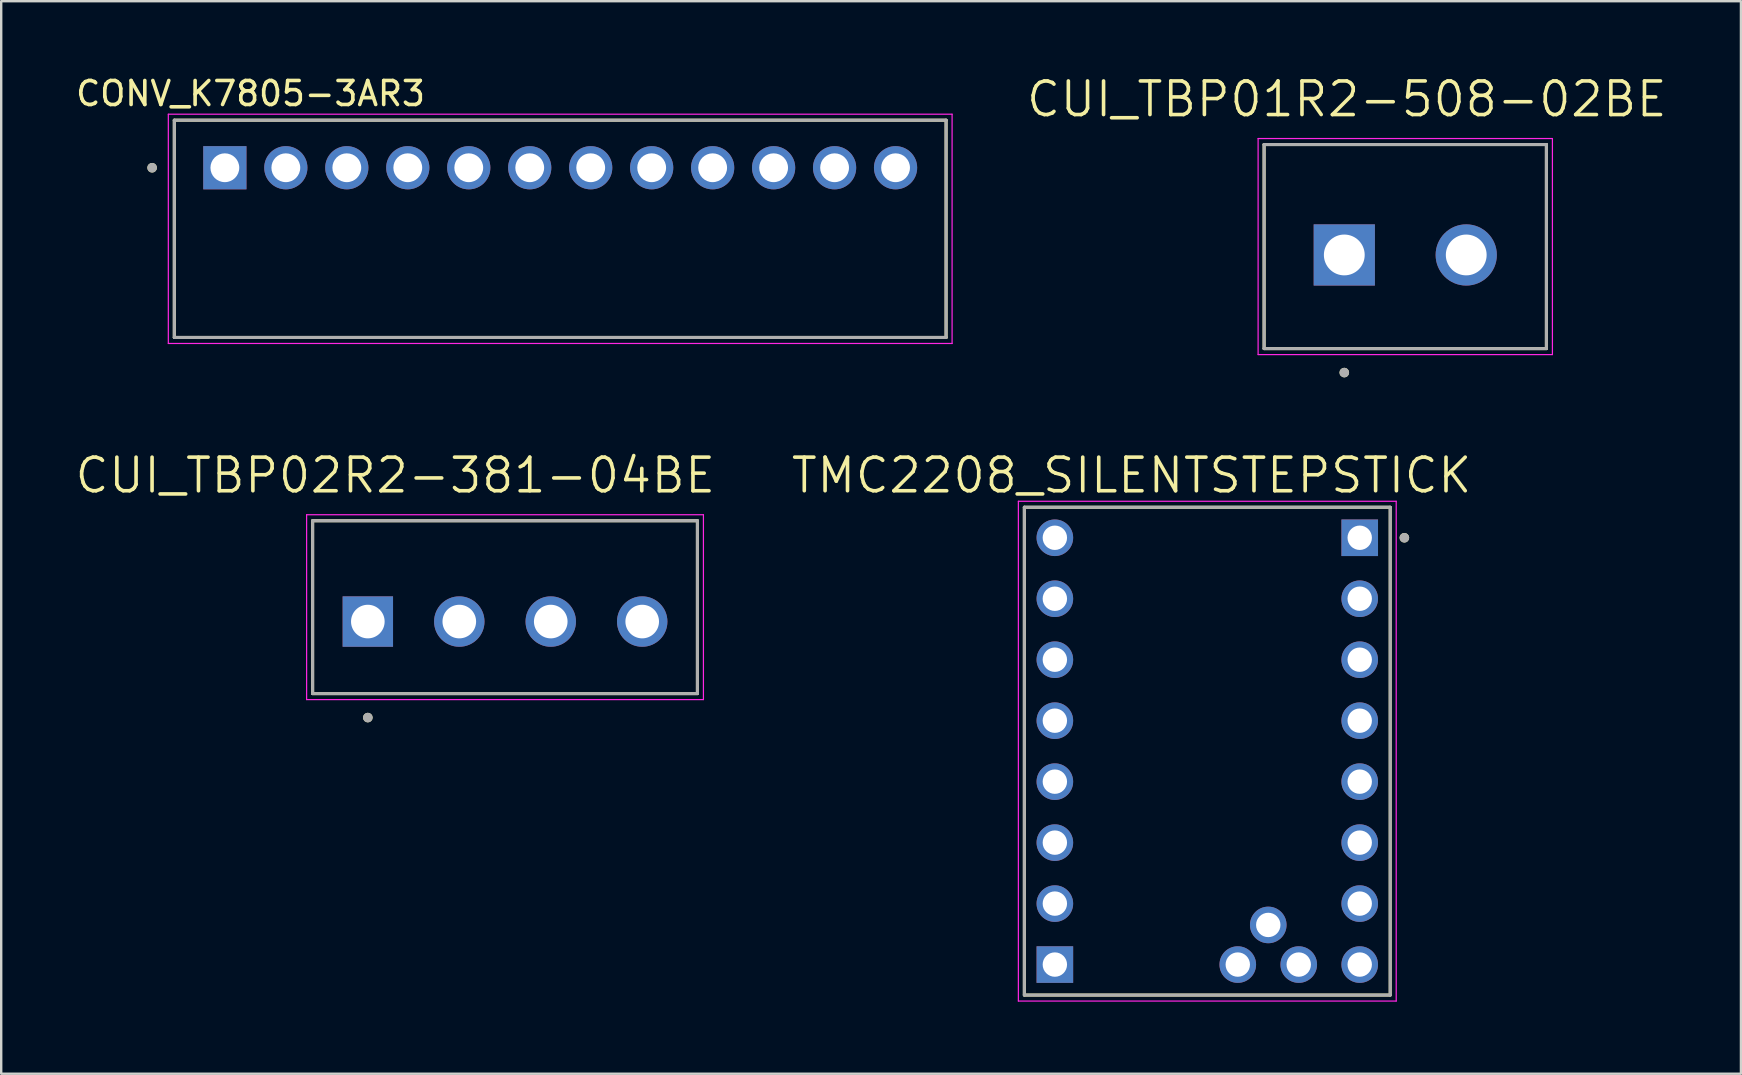
<source format=kicad_pcb>
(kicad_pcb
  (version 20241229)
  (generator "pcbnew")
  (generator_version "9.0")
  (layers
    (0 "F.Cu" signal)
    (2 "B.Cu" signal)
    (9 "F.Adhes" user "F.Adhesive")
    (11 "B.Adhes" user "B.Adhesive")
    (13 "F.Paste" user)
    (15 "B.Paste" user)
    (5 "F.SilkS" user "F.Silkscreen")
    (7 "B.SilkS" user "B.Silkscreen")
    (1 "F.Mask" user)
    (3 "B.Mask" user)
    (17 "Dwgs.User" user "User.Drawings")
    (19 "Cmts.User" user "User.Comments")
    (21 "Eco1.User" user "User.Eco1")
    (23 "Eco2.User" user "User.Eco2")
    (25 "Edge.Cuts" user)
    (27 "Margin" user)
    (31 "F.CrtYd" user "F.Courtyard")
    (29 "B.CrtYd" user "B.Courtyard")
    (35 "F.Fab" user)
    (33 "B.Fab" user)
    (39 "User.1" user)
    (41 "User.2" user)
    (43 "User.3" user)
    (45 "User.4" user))
  (footprint "CUI_TBP01R2-508-02BE"
    (layer "F.Cu")
    (at 52.95 7.571)
    (property "Reference" "CUI_TBP01R2-508-02BE" (at 0.105 -6.489 0) (layer "F.SilkS") (effects (font (size 1.4 1.4) (thickness 0.15))))
    (attr through_hole)
    (fp_line (start -3.34 -4.6) (end 8.42 -4.6) (stroke (width 0.127) (type solid)) (layer "F.SilkS"))
    (fp_line (start -3.34 3.9) (end -3.34 -4.6) (stroke (width 0.127) (type solid)) (layer "F.SilkS"))
    (fp_line (start 8.42 -4.6) (end 8.42 3.9) (stroke (width 0.127) (type solid)) (layer "F.SilkS"))
    (fp_line (start 8.42 3.9) (end -3.34 3.9) (stroke (width 0.127) (type solid)) (layer "F.SilkS"))
    (fp_circle (center 0 4.9) (end 0.1 4.9) (stroke (width 0.2) (type solid)) (fill no) (layer "F.SilkS"))
    (fp_line (start -3.59 -4.85) (end 8.67 -4.85) (stroke (width 0.05) (type solid)) (layer "F.CrtYd"))
    (fp_line (start -3.59 4.15) (end -3.59 -4.85) (stroke (width 0.05) (type solid)) (layer "F.CrtYd"))
    (fp_line (start 8.67 -4.85) (end 8.67 4.15) (stroke (width 0.05) (type solid)) (layer "F.CrtYd"))
    (fp_line (start 8.67 4.15) (end -3.59 4.15) (stroke (width 0.05) (type solid)) (layer "F.CrtYd"))
    (fp_line (start -3.34 -4.6) (end 8.42 -4.6) (stroke (width 0.127) (type solid)) (layer "F.Fab"))
    (fp_line (start -3.34 3.9) (end -3.34 -4.6) (stroke (width 0.127) (type solid)) (layer "F.Fab"))
    (fp_line (start 8.42 -4.6) (end 8.42 3.9) (stroke (width 0.127) (type solid)) (layer "F.Fab"))
    (fp_line (start 8.42 3.9) (end -3.34 3.9) (stroke (width 0.127) (type solid)) (layer "F.Fab"))
    (fp_circle (center 0 4.9) (end 0.1 4.9) (stroke (width 0.2) (type solid)) (fill no) (layer "F.Fab"))
    (pad "1" thru_hole rect (at 0 0) (size 2.55 2.55) (drill 1.7) (layers "*.Cu" "*.Mask"))
    (pad "2" thru_hole circle (at 5.08 0) (size 2.55 2.55) (drill 1.7) (layers "*.Cu" "*.Mask")))
  (footprint "TMC2208_SILENTSTEPSTICK"
    (layer "F.Cu")
    (at 47.243 28.242)
    (property "Reference" "TMC2208_SILENTSTEPSTICK" (at -3.155 -11.489 0) (layer "F.SilkS") (effects (font (size 1.4 1.4) (thickness 0.15))))
    (attr through_hole)
    (fp_line (start -7.62 -10.16) (end -7.62 10.16) (stroke (width 0.127) (type solid)) (layer "F.SilkS"))
    (fp_line (start -7.62 10.16) (end 7.62 10.16) (stroke (width 0.127) (type solid)) (layer "F.SilkS"))
    (fp_line (start 7.62 -10.16) (end -7.62 -10.16) (stroke (width 0.127) (type solid)) (layer "F.SilkS"))
    (fp_line (start 7.62 10.16) (end 7.62 -10.16) (stroke (width 0.127) (type solid)) (layer "F.SilkS"))
    (fp_circle (center 8.21 -8.89) (end 8.31 -8.89) (stroke (width 0.2) (type solid)) (fill no) (layer "F.SilkS"))
    (fp_line (start -7.87 -10.41) (end -7.87 10.41) (stroke (width 0.05) (type solid)) (layer "F.CrtYd"))
    (fp_line (start -7.87 -10.41) (end 7.87 -10.41) (stroke (width 0.05) (type solid)) (layer "F.CrtYd"))
    (fp_line (start -7.87 10.41) (end 7.87 10.41) (stroke (width 0.05) (type solid)) (layer "F.CrtYd"))
    (fp_line (start 7.87 -10.41) (end 7.87 10.41) (stroke (width 0.05) (type solid)) (layer "F.CrtYd"))
    (fp_line (start -7.62 -10.16) (end -7.62 10.16) (stroke (width 0.127) (type solid)) (layer "F.Fab"))
    (fp_line (start -7.62 10.16) (end 7.62 10.16) (stroke (width 0.127) (type solid)) (layer "F.Fab"))
    (fp_line (start 7.62 -10.16) (end -7.62 -10.16) (stroke (width 0.127) (type solid)) (layer "F.Fab"))
    (fp_line (start 7.62 10.16) (end 7.62 -10.16) (stroke (width 0.127) (type solid)) (layer "F.Fab"))
    (fp_circle (center 8.21 -8.89) (end 8.31 -8.89) (stroke (width 0.2) (type solid)) (fill no) (layer "F.Fab"))
    (pad "JP1_1" thru_hole rect (at 6.35 -8.89) (size 1.524 1.524) (drill 1.016) (layers "*.Cu" "*.Mask"))
    (pad "JP1_2" thru_hole circle (at 6.35 -6.35) (size 1.524 1.524) (drill 1.016) (layers "*.Cu" "*.Mask"))
    (pad "JP1_3" thru_hole circle (at 6.35 -3.81) (size 1.524 1.524) (drill 1.016) (layers "*.Cu" "*.Mask"))
    (pad "JP1_4" thru_hole circle (at 6.35 -1.27) (size 1.524 1.524) (drill 1.016) (layers "*.Cu" "*.Mask"))
    (pad "JP1_5" thru_hole circle (at 6.35 1.27) (size 1.524 1.524) (drill 1.016) (layers "*.Cu" "*.Mask"))
    (pad "JP1_6" thru_hole circle (at 6.35 3.81) (size 1.524 1.524) (drill 1.016) (layers "*.Cu" "*.Mask"))
    (pad "JP1_7" thru_hole circle (at 6.35 6.35) (size 1.524 1.524) (drill 1.016) (layers "*.Cu" "*.Mask"))
    (pad "JP1_8" thru_hole circle (at 6.35 8.89) (size 1.524 1.524) (drill 1.016) (layers "*.Cu" "*.Mask"))
    (pad "JP2_1" thru_hole rect (at -6.35 8.89) (size 1.524 1.524) (drill 1.016) (layers "*.Cu" "*.Mask"))
    (pad "JP2_2" thru_hole circle (at -6.35 6.35) (size 1.524 1.524) (drill 1.016) (layers "*.Cu" "*.Mask"))
    (pad "JP2_3" thru_hole circle (at -6.35 3.81) (size 1.524 1.524) (drill 1.016) (layers "*.Cu" "*.Mask"))
    (pad "JP2_4" thru_hole circle (at -6.35 1.27) (size 1.524 1.524) (drill 1.016) (layers "*.Cu" "*.Mask"))
    (pad "JP2_5" thru_hole circle (at -6.35 -1.27) (size 1.524 1.524) (drill 1.016) (layers "*.Cu" "*.Mask"))
    (pad "JP2_6" thru_hole circle (at -6.35 -3.81) (size 1.524 1.524) (drill 1.016) (layers "*.Cu" "*.Mask"))
    (pad "JP2_7" thru_hole circle (at -6.35 -6.35) (size 1.524 1.524) (drill 1.016) (layers "*.Cu" "*.Mask"))
    (pad "JP2_8" thru_hole circle (at -6.35 -8.89) (size 1.524 1.524) (drill 1.016) (layers "*.Cu" "*.Mask"))
    (pad "JP3_1" thru_hole circle (at 1.27 8.89) (size 1.524 1.524) (drill 1.016) (layers "*.Cu" "*.Mask"))
    (pad "JP3_2" thru_hole circle (at 3.81 8.89) (size 1.524 1.524) (drill 1.016) (layers "*.Cu" "*.Mask"))
    (pad "VREF" thru_hole circle (at 2.54 7.239) (size 1.524 1.524) (drill 1.016) (layers "*.Cu" "*.Mask")))
  (footprint "CONV_K7805-3AR3"
    (layer "F.Cu")
    (at 20.287 6.483)
    (property "Reference" "CONV_K7805-3AR3" (at -12.9 -5.635 0) (layer "F.SilkS") (effects (font (size 1 1) (thickness 0.15))))
    (attr through_hole)
    (fp_line (start -16.075 -4.525) (end 16.075 -4.525) (stroke (width 0.127) (type solid)) (layer "F.SilkS"))
    (fp_line (start -16.075 4.525) (end -16.075 -4.525) (stroke (width 0.127) (type solid)) (layer "F.SilkS"))
    (fp_line (start 16.075 -4.525) (end 16.075 4.525) (stroke (width 0.127) (type solid)) (layer "F.SilkS"))
    (fp_line (start 16.075 4.525) (end -16.075 4.525) (stroke (width 0.127) (type solid)) (layer "F.SilkS"))
    (fp_circle (center -17 -2.545) (end -16.9 -2.545) (stroke (width 0.2) (type solid)) (fill no) (layer "F.SilkS"))
    (fp_line (start -16.325 -4.775) (end 16.325 -4.775) (stroke (width 0.05) (type solid)) (layer "F.CrtYd"))
    (fp_line (start -16.325 4.775) (end -16.325 -4.775) (stroke (width 0.05) (type solid)) (layer "F.CrtYd"))
    (fp_line (start 16.325 -4.775) (end 16.325 4.775) (stroke (width 0.05) (type solid)) (layer "F.CrtYd"))
    (fp_line (start 16.325 4.775) (end -16.325 4.775) (stroke (width 0.05) (type solid)) (layer "F.CrtYd"))
    (fp_line (start -16.075 -4.525) (end -16.075 4.525) (stroke (width 0.127) (type solid)) (layer "F.Fab"))
    (fp_line (start -16.075 -4.525) (end 16.075 -4.525) (stroke (width 0.127) (type solid)) (layer "F.Fab"))
    (fp_line (start -16.075 4.525) (end 16.075 4.525) (stroke (width 0.127) (type solid)) (layer "F.Fab"))
    (fp_line (start 16.075 4.525) (end 16.075 -4.525) (stroke (width 0.127) (type solid)) (layer "F.Fab"))
    (fp_circle (center -17 -2.545) (end -16.9 -2.545) (stroke (width 0.2) (type solid)) (fill no) (layer "F.Fab"))
    (pad "1" thru_hole rect (at -13.97 -2.545) (size 1.8 1.8) (drill 1.2) (layers "*.Cu" "*.Mask"))
    (pad "2" thru_hole circle (at -11.43 -2.545) (size 1.8 1.8) (drill 1.2) (layers "*.Cu" "*.Mask"))
    (pad "3" thru_hole circle (at -8.89 -2.545) (size 1.8 1.8) (drill 1.2) (layers "*.Cu" "*.Mask"))
    (pad "4" thru_hole circle (at -6.35 -2.545) (size 1.8 1.8) (drill 1.2) (layers "*.Cu" "*.Mask"))
    (pad "5" thru_hole circle (at -3.81 -2.545) (size 1.8 1.8) (drill 1.2) (layers "*.Cu" "*.Mask"))
    (pad "6" thru_hole circle (at -1.27 -2.545) (size 1.8 1.8) (drill 1.2) (layers "*.Cu" "*.Mask"))
    (pad "7" thru_hole circle (at 1.27 -2.545) (size 1.8 1.8) (drill 1.2) (layers "*.Cu" "*.Mask"))
    (pad "8" thru_hole circle (at 3.81 -2.545) (size 1.8 1.8) (drill 1.2) (layers "*.Cu" "*.Mask"))
    (pad "9" thru_hole circle (at 6.35 -2.545) (size 1.8 1.8) (drill 1.2) (layers "*.Cu" "*.Mask"))
    (pad "10" thru_hole circle (at 8.89 -2.545) (size 1.8 1.8) (drill 1.2) (layers "*.Cu" "*.Mask"))
    (pad "11" thru_hole circle (at 11.43 -2.545) (size 1.8 1.8) (drill 1.2) (layers "*.Cu" "*.Mask"))
    (pad "12" thru_hole circle (at 13.97 -2.545) (size 1.8 1.8) (drill 1.2) (layers "*.Cu" "*.Mask")))
  (footprint "CUI_TBP02R2-381-04BE"
    (layer "F.Cu")
    (at 12.273 22.843)
    (property "Reference" "CUI_TBP02R2-381-04BE" (at 1.145 -6.089 0) (layer "F.SilkS") (effects (font (size 1.4 1.4) (thickness 0.15))))
    (attr through_hole)
    (fp_line (start -2.3 -4.2) (end 13.73 -4.2) (stroke (width 0.127) (type solid)) (layer "F.SilkS"))
    (fp_line (start -2.3 3) (end -2.3 -4.2) (stroke (width 0.127) (type solid)) (layer "F.SilkS"))
    (fp_line (start 13.73 -4.2) (end 13.73 3) (stroke (width 0.127) (type solid)) (layer "F.SilkS"))
    (fp_line (start 13.73 3) (end -2.3 3) (stroke (width 0.127) (type solid)) (layer "F.SilkS"))
    (fp_circle (center 0 4) (end 0.1 4) (stroke (width 0.2) (type solid)) (fill no) (layer "F.SilkS"))
    (fp_line (start -2.55 -4.45) (end 13.98 -4.45) (stroke (width 0.05) (type solid)) (layer "F.CrtYd"))
    (fp_line (start -2.55 3.25) (end -2.55 -4.45) (stroke (width 0.05) (type solid)) (layer "F.CrtYd"))
    (fp_line (start 13.98 -4.45) (end 13.98 3.25) (stroke (width 0.05) (type solid)) (layer "F.CrtYd"))
    (fp_line (start 13.98 3.25) (end -2.55 3.25) (stroke (width 0.05) (type solid)) (layer "F.CrtYd"))
    (fp_line (start -2.3 -4.2) (end 13.73 -4.2) (stroke (width 0.127) (type solid)) (layer "F.Fab"))
    (fp_line (start -2.3 3) (end -2.3 -4.2) (stroke (width 0.127) (type solid)) (layer "F.Fab"))
    (fp_line (start 13.73 -4.2) (end 13.73 3) (stroke (width 0.127) (type solid)) (layer "F.Fab"))
    (fp_line (start 13.73 3) (end -2.3 3) (stroke (width 0.127) (type solid)) (layer "F.Fab"))
    (fp_circle (center 0 4) (end 0.1 4) (stroke (width 0.2) (type solid)) (fill no) (layer "F.Fab"))
    (pad "1" thru_hole rect (at 0 0) (size 2.1 2.1) (drill 1.4) (layers "*.Cu" "*.Mask"))
    (pad "2" thru_hole circle (at 3.81 0) (size 2.1 2.1) (drill 1.4) (layers "*.Cu" "*.Mask"))
    (pad "3" thru_hole circle (at 7.62 0) (size 2.1 2.1) (drill 1.4) (layers "*.Cu" "*.Mask"))
    (pad "4" thru_hole circle (at 11.43 0) (size 2.1 2.1) (drill 1.4) (layers "*.Cu" "*.Mask")))
  (gr_rect
    (start -3 -3)
    (end 69.474 41.678)
    (stroke (width 0.1) (type default))
    (fill no)
    (layer "Edge.Cuts")))
</source>
